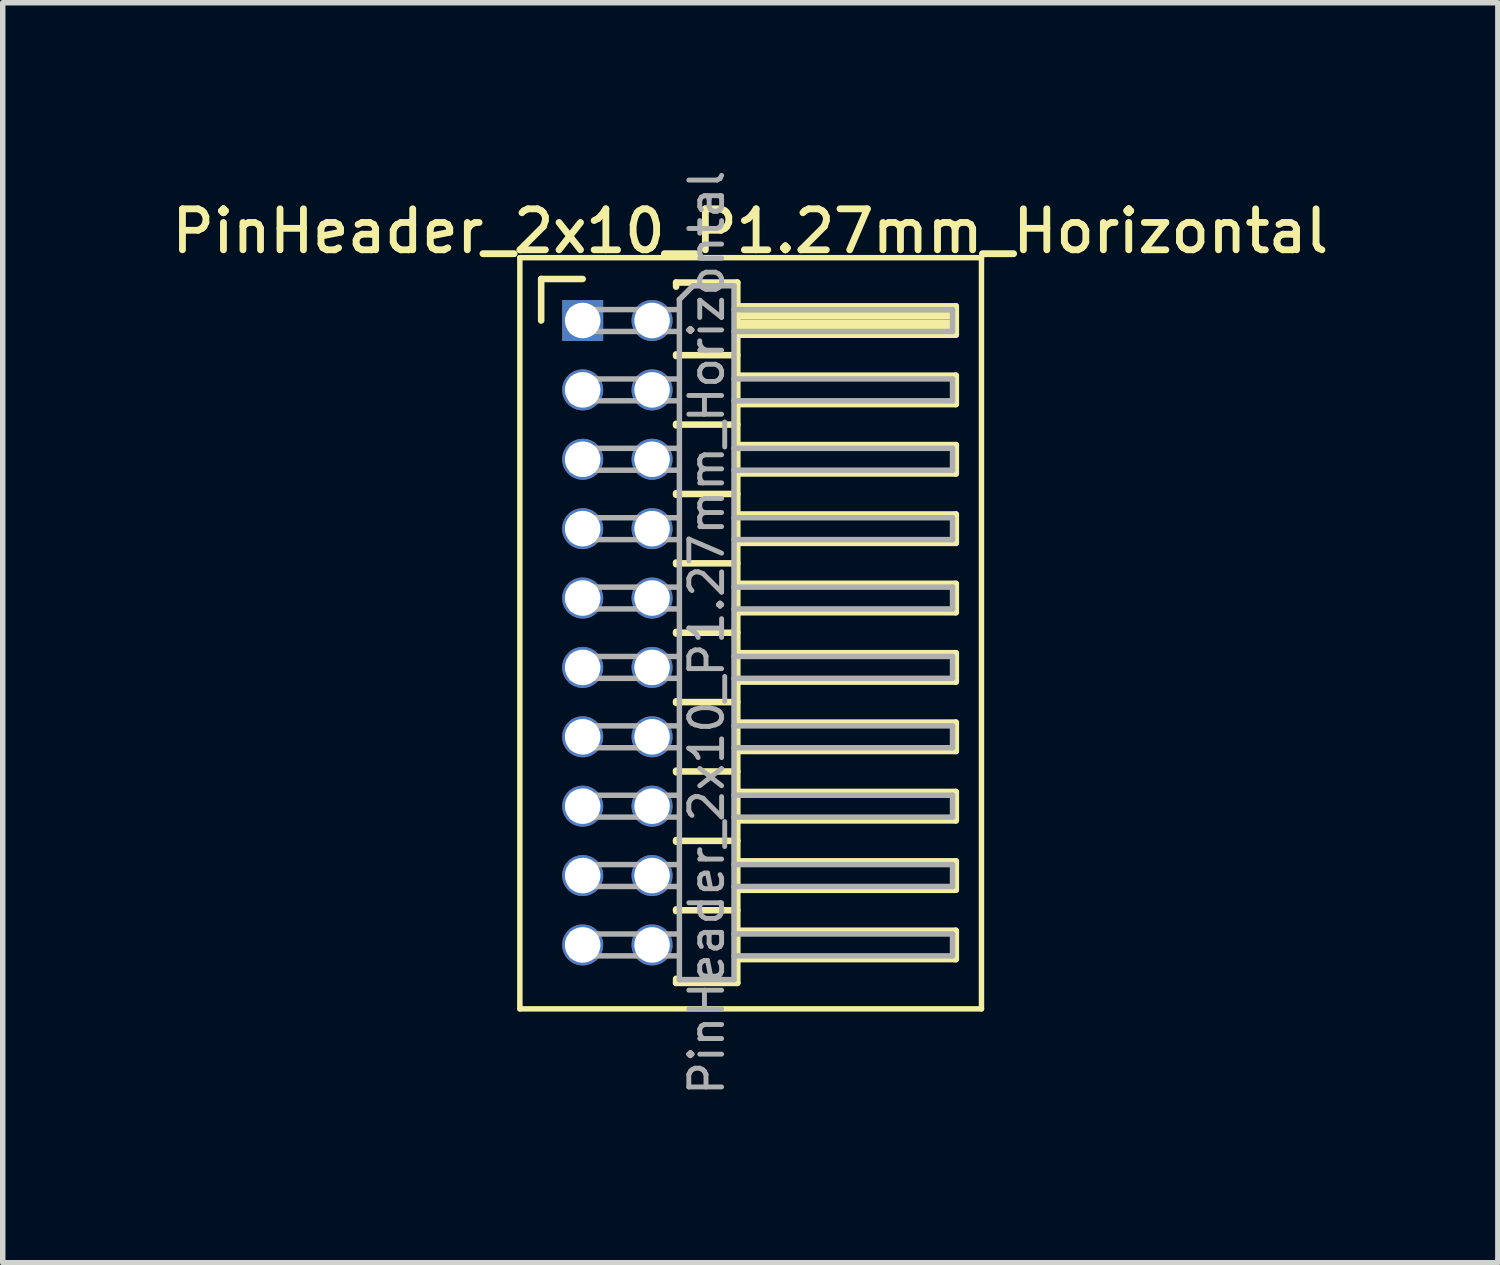
<source format=kicad_pcb>
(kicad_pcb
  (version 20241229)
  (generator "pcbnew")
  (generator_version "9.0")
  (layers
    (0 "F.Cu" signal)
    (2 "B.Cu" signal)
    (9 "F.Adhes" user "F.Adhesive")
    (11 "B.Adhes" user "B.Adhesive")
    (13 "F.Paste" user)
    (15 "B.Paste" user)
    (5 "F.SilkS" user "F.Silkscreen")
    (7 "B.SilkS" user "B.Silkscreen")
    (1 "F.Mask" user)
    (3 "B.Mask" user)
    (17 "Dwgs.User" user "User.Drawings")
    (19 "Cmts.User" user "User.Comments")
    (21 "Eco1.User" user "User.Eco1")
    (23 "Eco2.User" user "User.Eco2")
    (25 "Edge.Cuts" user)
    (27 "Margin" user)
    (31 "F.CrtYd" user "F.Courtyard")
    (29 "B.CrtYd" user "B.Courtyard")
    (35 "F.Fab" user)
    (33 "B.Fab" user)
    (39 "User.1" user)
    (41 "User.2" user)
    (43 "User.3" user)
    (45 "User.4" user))
  (footprint "PinHeader_2x10_P1.27mm_Horizontal"
    (layer "F.Cu")
    (at 7.616 2.817)
    (property "Reference" "PinHeader_2x10_P1.27mm_Horizontal" (at 3.067 -1.635 0) (layer "F.SilkS") (effects (font (size 0.75 0.75) (thickness 0.125))))
    (attr through_hole)
    (fp_line (start -1.15 -1.15) (end -1.15 12.6) (stroke (width 0.1) (type solid)) (layer "F.SilkS"))
    (fp_line (start -1.15 12.6) (end 7.3 12.6) (stroke (width 0.1) (type solid)) (layer "F.SilkS"))
    (fp_line (start -0.76 -0.76) (end 0 -0.76) (stroke (width 0.12) (type solid)) (layer "F.SilkS"))
    (fp_line (start -0.76 0) (end -0.76 -0.76) (stroke (width 0.12) (type solid)) (layer "F.SilkS"))
    (fp_line (start 1.71 -0.695) (end 2.83 -0.695) (stroke (width 0.12) (type solid)) (layer "F.SilkS"))
    (fp_line (start 1.71 -0.62) (end 1.71 -0.695) (stroke (width 0.12) (type solid)) (layer "F.SilkS"))
    (fp_line (start 1.71 0.62) (end 1.71 0.65) (stroke (width 0.12) (type solid)) (layer "F.SilkS"))
    (fp_line (start 1.71 0.635) (end 2.83 0.635) (stroke (width 0.12) (type solid)) (layer "F.SilkS"))
    (fp_line (start 1.71 1.89) (end 1.71 1.92) (stroke (width 0.12) (type solid)) (layer "F.SilkS"))
    (fp_line (start 1.71 1.905) (end 2.83 1.905) (stroke (width 0.12) (type solid)) (layer "F.SilkS"))
    (fp_line (start 1.71 3.16) (end 1.71 3.19) (stroke (width 0.12) (type solid)) (layer "F.SilkS"))
    (fp_line (start 1.71 3.175) (end 2.83 3.175) (stroke (width 0.12) (type solid)) (layer "F.SilkS"))
    (fp_line (start 1.71 4.43) (end 1.71 4.46) (stroke (width 0.12) (type solid)) (layer "F.SilkS"))
    (fp_line (start 1.71 4.445) (end 2.83 4.445) (stroke (width 0.12) (type solid)) (layer "F.SilkS"))
    (fp_line (start 1.71 5.7) (end 1.71 5.73) (stroke (width 0.12) (type solid)) (layer "F.SilkS"))
    (fp_line (start 1.71 5.715) (end 2.83 5.715) (stroke (width 0.12) (type solid)) (layer "F.SilkS"))
    (fp_line (start 1.71 6.97) (end 1.71 7) (stroke (width 0.12) (type solid)) (layer "F.SilkS"))
    (fp_line (start 1.71 6.985) (end 2.83 6.985) (stroke (width 0.12) (type solid)) (layer "F.SilkS"))
    (fp_line (start 1.71 8.24) (end 1.71 8.27) (stroke (width 0.12) (type solid)) (layer "F.SilkS"))
    (fp_line (start 1.71 8.255) (end 2.83 8.255) (stroke (width 0.12) (type solid)) (layer "F.SilkS"))
    (fp_line (start 1.71 9.51) (end 1.71 9.54) (stroke (width 0.12) (type solid)) (layer "F.SilkS"))
    (fp_line (start 1.71 9.525) (end 2.83 9.525) (stroke (width 0.12) (type solid)) (layer "F.SilkS"))
    (fp_line (start 1.71 10.78) (end 1.71 10.81) (stroke (width 0.12) (type solid)) (layer "F.SilkS"))
    (fp_line (start 1.71 10.795) (end 2.83 10.795) (stroke (width 0.12) (type solid)) (layer "F.SilkS"))
    (fp_line (start 1.71 12.125) (end 1.71 12.05) (stroke (width 0.12) (type solid)) (layer "F.SilkS"))
    (fp_line (start 2.83 -0.695) (end 2.83 12.125) (stroke (width 0.12) (type solid)) (layer "F.SilkS"))
    (fp_line (start 2.83 -0.26) (end 6.83 -0.26) (stroke (width 0.12) (type solid)) (layer "F.SilkS"))
    (fp_line (start 2.83 -0.2) (end 6.83 -0.2) (stroke (width 0.12) (type solid)) (layer "F.SilkS"))
    (fp_line (start 2.83 -0.08) (end 6.83 -0.08) (stroke (width 0.12) (type solid)) (layer "F.SilkS"))
    (fp_line (start 2.83 0.04) (end 6.83 0.04) (stroke (width 0.12) (type solid)) (layer "F.SilkS"))
    (fp_line (start 2.83 0.16) (end 6.83 0.16) (stroke (width 0.12) (type solid)) (layer "F.SilkS"))
    (fp_line (start 2.83 1.01) (end 6.83 1.01) (stroke (width 0.12) (type solid)) (layer "F.SilkS"))
    (fp_line (start 2.83 2.28) (end 6.83 2.28) (stroke (width 0.12) (type solid)) (layer "F.SilkS"))
    (fp_line (start 2.83 3.55) (end 6.83 3.55) (stroke (width 0.12) (type solid)) (layer "F.SilkS"))
    (fp_line (start 2.83 4.82) (end 6.83 4.82) (stroke (width 0.12) (type solid)) (layer "F.SilkS"))
    (fp_line (start 2.83 6.09) (end 6.83 6.09) (stroke (width 0.12) (type solid)) (layer "F.SilkS"))
    (fp_line (start 2.83 7.36) (end 6.83 7.36) (stroke (width 0.12) (type solid)) (layer "F.SilkS"))
    (fp_line (start 2.83 8.63) (end 6.83 8.63) (stroke (width 0.12) (type solid)) (layer "F.SilkS"))
    (fp_line (start 2.83 9.9) (end 6.83 9.9) (stroke (width 0.12) (type solid)) (layer "F.SilkS"))
    (fp_line (start 2.83 11.17) (end 6.83 11.17) (stroke (width 0.12) (type solid)) (layer "F.SilkS"))
    (fp_line (start 2.83 12.125) (end 1.71 12.125) (stroke (width 0.12) (type solid)) (layer "F.SilkS"))
    (fp_line (start 6.83 -0.26) (end 6.83 0.26) (stroke (width 0.12) (type solid)) (layer "F.SilkS"))
    (fp_line (start 6.83 0.26) (end 2.83 0.26) (stroke (width 0.12) (type solid)) (layer "F.SilkS"))
    (fp_line (start 6.83 1.01) (end 6.83 1.53) (stroke (width 0.12) (type solid)) (layer "F.SilkS"))
    (fp_line (start 6.83 1.53) (end 2.83 1.53) (stroke (width 0.12) (type solid)) (layer "F.SilkS"))
    (fp_line (start 6.83 2.28) (end 6.83 2.8) (stroke (width 0.12) (type solid)) (layer "F.SilkS"))
    (fp_line (start 6.83 2.8) (end 2.83 2.8) (stroke (width 0.12) (type solid)) (layer "F.SilkS"))
    (fp_line (start 6.83 3.55) (end 6.83 4.07) (stroke (width 0.12) (type solid)) (layer "F.SilkS"))
    (fp_line (start 6.83 4.07) (end 2.83 4.07) (stroke (width 0.12) (type solid)) (layer "F.SilkS"))
    (fp_line (start 6.83 4.82) (end 6.83 5.34) (stroke (width 0.12) (type solid)) (layer "F.SilkS"))
    (fp_line (start 6.83 5.34) (end 2.83 5.34) (stroke (width 0.12) (type solid)) (layer "F.SilkS"))
    (fp_line (start 6.83 6.09) (end 6.83 6.61) (stroke (width 0.12) (type solid)) (layer "F.SilkS"))
    (fp_line (start 6.83 6.61) (end 2.83 6.61) (stroke (width 0.12) (type solid)) (layer "F.SilkS"))
    (fp_line (start 6.83 7.36) (end 6.83 7.88) (stroke (width 0.12) (type solid)) (layer "F.SilkS"))
    (fp_line (start 6.83 7.88) (end 2.83 7.88) (stroke (width 0.12) (type solid)) (layer "F.SilkS"))
    (fp_line (start 6.83 8.63) (end 6.83 9.15) (stroke (width 0.12) (type solid)) (layer "F.SilkS"))
    (fp_line (start 6.83 9.15) (end 2.83 9.15) (stroke (width 0.12) (type solid)) (layer "F.SilkS"))
    (fp_line (start 6.83 9.9) (end 6.83 10.42) (stroke (width 0.12) (type solid)) (layer "F.SilkS"))
    (fp_line (start 6.83 10.42) (end 2.83 10.42) (stroke (width 0.12) (type solid)) (layer "F.SilkS"))
    (fp_line (start 6.83 11.17) (end 6.83 11.69) (stroke (width 0.12) (type solid)) (layer "F.SilkS"))
    (fp_line (start 6.83 11.69) (end 2.83 11.69) (stroke (width 0.12) (type solid)) (layer "F.SilkS"))
    (fp_line (start 7.3 -1.15) (end -1.15 -1.15) (stroke (width 0.1) (type solid)) (layer "F.SilkS"))
    (fp_line (start 7.3 12.6) (end 7.3 -1.15) (stroke (width 0.1) (type solid)) (layer "F.SilkS"))
    (fp_line (start -0.2 -0.2) (end -0.2 0.2) (stroke (width 0.1) (type solid)) (layer "F.Fab"))
    (fp_line (start -0.2 -0.2) (end 1.77 -0.2) (stroke (width 0.1) (type solid)) (layer "F.Fab"))
    (fp_line (start -0.2 0.2) (end 1.77 0.2) (stroke (width 0.1) (type solid)) (layer "F.Fab"))
    (fp_line (start -0.2 1.07) (end -0.2 1.47) (stroke (width 0.1) (type solid)) (layer "F.Fab"))
    (fp_line (start -0.2 1.07) (end 1.77 1.07) (stroke (width 0.1) (type solid)) (layer "F.Fab"))
    (fp_line (start -0.2 1.47) (end 1.77 1.47) (stroke (width 0.1) (type solid)) (layer "F.Fab"))
    (fp_line (start -0.2 2.34) (end -0.2 2.74) (stroke (width 0.1) (type solid)) (layer "F.Fab"))
    (fp_line (start -0.2 2.34) (end 1.77 2.34) (stroke (width 0.1) (type solid)) (layer "F.Fab"))
    (fp_line (start -0.2 2.74) (end 1.77 2.74) (stroke (width 0.1) (type solid)) (layer "F.Fab"))
    (fp_line (start -0.2 3.61) (end -0.2 4.01) (stroke (width 0.1) (type solid)) (layer "F.Fab"))
    (fp_line (start -0.2 3.61) (end 1.77 3.61) (stroke (width 0.1) (type solid)) (layer "F.Fab"))
    (fp_line (start -0.2 4.01) (end 1.77 4.01) (stroke (width 0.1) (type solid)) (layer "F.Fab"))
    (fp_line (start -0.2 4.88) (end -0.2 5.28) (stroke (width 0.1) (type solid)) (layer "F.Fab"))
    (fp_line (start -0.2 4.88) (end 1.77 4.88) (stroke (width 0.1) (type solid)) (layer "F.Fab"))
    (fp_line (start -0.2 5.28) (end 1.77 5.28) (stroke (width 0.1) (type solid)) (layer "F.Fab"))
    (fp_line (start -0.2 6.15) (end -0.2 6.55) (stroke (width 0.1) (type solid)) (layer "F.Fab"))
    (fp_line (start -0.2 6.15) (end 1.77 6.15) (stroke (width 0.1) (type solid)) (layer "F.Fab"))
    (fp_line (start -0.2 6.55) (end 1.77 6.55) (stroke (width 0.1) (type solid)) (layer "F.Fab"))
    (fp_line (start -0.2 7.42) (end -0.2 7.82) (stroke (width 0.1) (type solid)) (layer "F.Fab"))
    (fp_line (start -0.2 7.42) (end 1.77 7.42) (stroke (width 0.1) (type solid)) (layer "F.Fab"))
    (fp_line (start -0.2 7.82) (end 1.77 7.82) (stroke (width 0.1) (type solid)) (layer "F.Fab"))
    (fp_line (start -0.2 8.69) (end -0.2 9.09) (stroke (width 0.1) (type solid)) (layer "F.Fab"))
    (fp_line (start -0.2 8.69) (end 1.77 8.69) (stroke (width 0.1) (type solid)) (layer "F.Fab"))
    (fp_line (start -0.2 9.09) (end 1.77 9.09) (stroke (width 0.1) (type solid)) (layer "F.Fab"))
    (fp_line (start -0.2 9.96) (end -0.2 10.36) (stroke (width 0.1) (type solid)) (layer "F.Fab"))
    (fp_line (start -0.2 9.96) (end 1.77 9.96) (stroke (width 0.1) (type solid)) (layer "F.Fab"))
    (fp_line (start -0.2 10.36) (end 1.77 10.36) (stroke (width 0.1) (type solid)) (layer "F.Fab"))
    (fp_line (start -0.2 11.23) (end -0.2 11.63) (stroke (width 0.1) (type solid)) (layer "F.Fab"))
    (fp_line (start -0.2 11.23) (end 1.77 11.23) (stroke (width 0.1) (type solid)) (layer "F.Fab"))
    (fp_line (start -0.2 11.63) (end 1.77 11.63) (stroke (width 0.1) (type solid)) (layer "F.Fab"))
    (fp_line (start 1.77 -0.385) (end 2.02 -0.635) (stroke (width 0.1) (type solid)) (layer "F.Fab"))
    (fp_line (start 1.77 12.065) (end 1.77 -0.385) (stroke (width 0.1) (type solid)) (layer "F.Fab"))
    (fp_line (start 2.02 -0.635) (end 2.77 -0.635) (stroke (width 0.1) (type solid)) (layer "F.Fab"))
    (fp_line (start 2.77 -0.635) (end 2.77 12.065) (stroke (width 0.1) (type solid)) (layer "F.Fab"))
    (fp_line (start 2.77 -0.2) (end 6.77 -0.2) (stroke (width 0.1) (type solid)) (layer "F.Fab"))
    (fp_line (start 2.77 0.2) (end 6.77 0.2) (stroke (width 0.1) (type solid)) (layer "F.Fab"))
    (fp_line (start 2.77 1.07) (end 6.77 1.07) (stroke (width 0.1) (type solid)) (layer "F.Fab"))
    (fp_line (start 2.77 1.47) (end 6.77 1.47) (stroke (width 0.1) (type solid)) (layer "F.Fab"))
    (fp_line (start 2.77 2.34) (end 6.77 2.34) (stroke (width 0.1) (type solid)) (layer "F.Fab"))
    (fp_line (start 2.77 2.74) (end 6.77 2.74) (stroke (width 0.1) (type solid)) (layer "F.Fab"))
    (fp_line (start 2.77 3.61) (end 6.77 3.61) (stroke (width 0.1) (type solid)) (layer "F.Fab"))
    (fp_line (start 2.77 4.01) (end 6.77 4.01) (stroke (width 0.1) (type solid)) (layer "F.Fab"))
    (fp_line (start 2.77 4.88) (end 6.77 4.88) (stroke (width 0.1) (type solid)) (layer "F.Fab"))
    (fp_line (start 2.77 5.28) (end 6.77 5.28) (stroke (width 0.1) (type solid)) (layer "F.Fab"))
    (fp_line (start 2.77 6.15) (end 6.77 6.15) (stroke (width 0.1) (type solid)) (layer "F.Fab"))
    (fp_line (start 2.77 6.55) (end 6.77 6.55) (stroke (width 0.1) (type solid)) (layer "F.Fab"))
    (fp_line (start 2.77 7.42) (end 6.77 7.42) (stroke (width 0.1) (type solid)) (layer "F.Fab"))
    (fp_line (start 2.77 7.82) (end 6.77 7.82) (stroke (width 0.1) (type solid)) (layer "F.Fab"))
    (fp_line (start 2.77 8.69) (end 6.77 8.69) (stroke (width 0.1) (type solid)) (layer "F.Fab"))
    (fp_line (start 2.77 9.09) (end 6.77 9.09) (stroke (width 0.1) (type solid)) (layer "F.Fab"))
    (fp_line (start 2.77 9.96) (end 6.77 9.96) (stroke (width 0.1) (type solid)) (layer "F.Fab"))
    (fp_line (start 2.77 10.36) (end 6.77 10.36) (stroke (width 0.1) (type solid)) (layer "F.Fab"))
    (fp_line (start 2.77 11.23) (end 6.77 11.23) (stroke (width 0.1) (type solid)) (layer "F.Fab"))
    (fp_line (start 2.77 11.63) (end 6.77 11.63) (stroke (width 0.1) (type solid)) (layer "F.Fab"))
    (fp_line (start 2.77 12.065) (end 1.77 12.065) (stroke (width 0.1) (type solid)) (layer "F.Fab"))
    (fp_line (start 6.77 -0.2) (end 6.77 0.2) (stroke (width 0.1) (type solid)) (layer "F.Fab"))
    (fp_line (start 6.77 1.07) (end 6.77 1.47) (stroke (width 0.1) (type solid)) (layer "F.Fab"))
    (fp_line (start 6.77 2.34) (end 6.77 2.74) (stroke (width 0.1) (type solid)) (layer "F.Fab"))
    (fp_line (start 6.77 3.61) (end 6.77 4.01) (stroke (width 0.1) (type solid)) (layer "F.Fab"))
    (fp_line (start 6.77 4.88) (end 6.77 5.28) (stroke (width 0.1) (type solid)) (layer "F.Fab"))
    (fp_line (start 6.77 6.15) (end 6.77 6.55) (stroke (width 0.1) (type solid)) (layer "F.Fab"))
    (fp_line (start 6.77 7.42) (end 6.77 7.82) (stroke (width 0.1) (type solid)) (layer "F.Fab"))
    (fp_line (start 6.77 8.69) (end 6.77 9.09) (stroke (width 0.1) (type solid)) (layer "F.Fab"))
    (fp_line (start 6.77 9.96) (end 6.77 10.36) (stroke (width 0.1) (type solid)) (layer "F.Fab"))
    (fp_line (start 6.77 11.23) (end 6.77 11.63) (stroke (width 0.1) (type solid)) (layer "F.Fab"))
    (fp_text user "${REFERENCE}" (at 2.27 5.715 90) (layer "F.Fab") (effects (font (size 0.6 0.6) (thickness 0.09))))
    (pad "1" thru_hole rect (at 0 0) (size 0.75 0.75) (drill 0.65) (layers "*.Cu" "*.Mask"))
    (pad "2" thru_hole oval (at 1.27 0) (size 0.75 0.75) (drill 0.65) (layers "*.Cu" "*.Mask"))
    (pad "3" thru_hole oval (at 0 1.27) (size 0.75 0.75) (drill 0.65) (layers "*.Cu" "*.Mask"))
    (pad "4" thru_hole oval (at 1.27 1.27) (size 0.75 0.75) (drill 0.65) (layers "*.Cu" "*.Mask"))
    (pad "5" thru_hole oval (at 0 2.54) (size 0.75 0.75) (drill 0.65) (layers "*.Cu" "*.Mask"))
    (pad "6" thru_hole oval (at 1.27 2.54) (size 0.75 0.75) (drill 0.65) (layers "*.Cu" "*.Mask"))
    (pad "7" thru_hole oval (at 0 3.81) (size 0.75 0.75) (drill 0.65) (layers "*.Cu" "*.Mask"))
    (pad "8" thru_hole oval (at 1.27 3.81) (size 0.75 0.75) (drill 0.65) (layers "*.Cu" "*.Mask"))
    (pad "9" thru_hole oval (at 0 5.08) (size 0.75 0.75) (drill 0.65) (layers "*.Cu" "*.Mask"))
    (pad "10" thru_hole oval (at 1.27 5.08) (size 0.75 0.75) (drill 0.65) (layers "*.Cu" "*.Mask"))
    (pad "11" thru_hole oval (at 0 6.35) (size 0.75 0.75) (drill 0.65) (layers "*.Cu" "*.Mask"))
    (pad "12" thru_hole oval (at 1.27 6.35) (size 0.75 0.75) (drill 0.65) (layers "*.Cu" "*.Mask"))
    (pad "13" thru_hole oval (at 0 7.62) (size 0.75 0.75) (drill 0.65) (layers "*.Cu" "*.Mask"))
    (pad "14" thru_hole oval (at 1.27 7.62) (size 0.75 0.75) (drill 0.65) (layers "*.Cu" "*.Mask"))
    (pad "15" thru_hole oval (at 0 8.89) (size 0.75 0.75) (drill 0.65) (layers "*.Cu" "*.Mask"))
    (pad "16" thru_hole oval (at 1.27 8.89) (size 0.75 0.75) (drill 0.65) (layers "*.Cu" "*.Mask"))
    (pad "17" thru_hole oval (at 0 10.16) (size 0.75 0.75) (drill 0.65) (layers "*.Cu" "*.Mask"))
    (pad "18" thru_hole oval (at 1.27 10.16) (size 0.75 0.75) (drill 0.65) (layers "*.Cu" "*.Mask"))
    (pad "19" thru_hole oval (at 0 11.43) (size 0.75 0.75) (drill 0.65) (layers "*.Cu" "*.Mask"))
    (pad "20" thru_hole oval (at 1.27 11.43) (size 0.75 0.75) (drill 0.65) (layers "*.Cu" "*.Mask")))
  (gr_rect
    (start -3 -3)
    (end 24.368 20.064)
    (stroke (width 0.1) (type default))
    (fill no)
    (layer "Edge.Cuts")))
</source>
